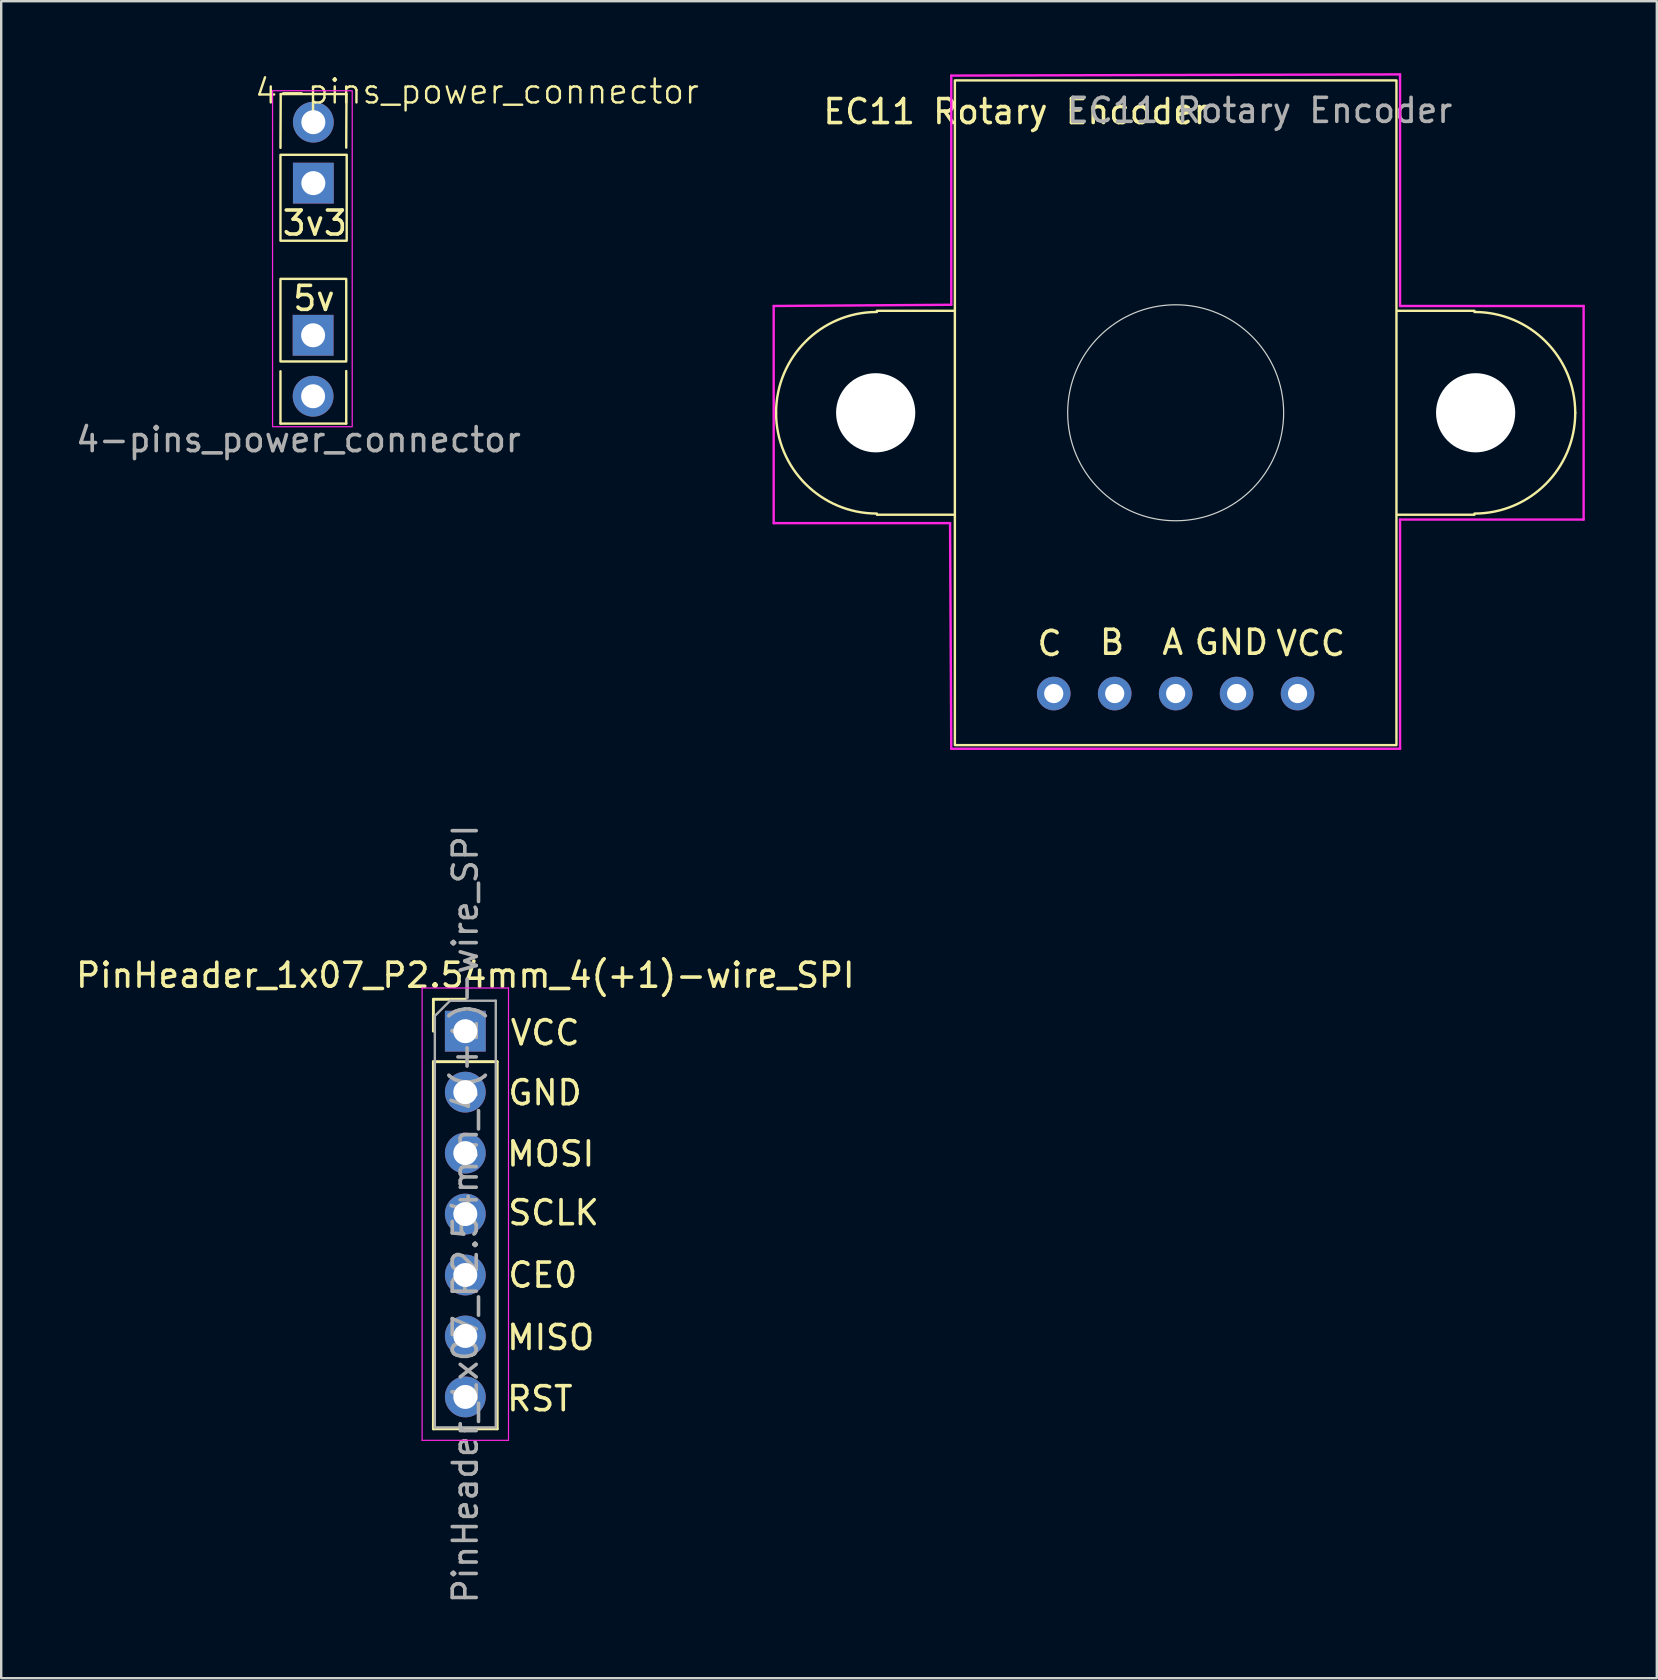
<source format=kicad_pcb>
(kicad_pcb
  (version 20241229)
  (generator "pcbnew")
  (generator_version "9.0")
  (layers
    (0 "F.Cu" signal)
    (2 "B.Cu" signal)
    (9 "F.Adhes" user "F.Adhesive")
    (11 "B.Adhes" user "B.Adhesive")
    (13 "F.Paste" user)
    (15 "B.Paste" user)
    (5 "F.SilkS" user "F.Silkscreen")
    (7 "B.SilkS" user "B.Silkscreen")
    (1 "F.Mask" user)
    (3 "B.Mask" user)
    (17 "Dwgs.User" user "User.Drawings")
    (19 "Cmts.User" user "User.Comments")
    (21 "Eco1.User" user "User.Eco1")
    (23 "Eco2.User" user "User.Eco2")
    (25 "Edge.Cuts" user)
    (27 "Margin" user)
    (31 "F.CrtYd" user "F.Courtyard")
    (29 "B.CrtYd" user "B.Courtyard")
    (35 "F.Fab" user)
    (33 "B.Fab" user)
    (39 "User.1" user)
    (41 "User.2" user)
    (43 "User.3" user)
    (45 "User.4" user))
  (footprint "PinHeader_1x07_P2.54mm_4(+1)-wire_SPI"
    (layer "F.Cu")
    (at 16.339 39.919)
    (property "Reference" "PinHeader_1x07_P2.54mm_4(+1)-wire_SPI" (at 0 -2.33 0) (layer "F.SilkS") (effects (font (size 1 1) (thickness 0.15))))
    (attr through_hole)
    (fp_line (start -1.33 -1.33) (end 0 -1.33) (stroke (width 0.12) (type solid)) (layer "F.SilkS"))
    (fp_line (start -1.33 0) (end -1.33 -1.33) (stroke (width 0.12) (type solid)) (layer "F.SilkS"))
    (fp_line (start -1.33 1.27) (end -1.33 16.57) (stroke (width 0.12) (type solid)) (layer "F.SilkS"))
    (fp_line (start -1.33 1.27) (end 1.33 1.27) (stroke (width 0.12) (type solid)) (layer "F.SilkS"))
    (fp_line (start -1.33 16.57) (end 1.33 16.57) (stroke (width 0.12) (type solid)) (layer "F.SilkS"))
    (fp_line (start 1.33 1.27) (end 1.33 16.57) (stroke (width 0.12) (type solid)) (layer "F.SilkS"))
    (fp_line (start -1.8 -1.8) (end -1.8 17.05) (stroke (width 0.05) (type solid)) (layer "F.CrtYd"))
    (fp_line (start -1.8 17.05) (end 1.8 17.05) (stroke (width 0.05) (type solid)) (layer "F.CrtYd"))
    (fp_line (start 1.8 -1.8) (end -1.8 -1.8) (stroke (width 0.05) (type solid)) (layer "F.CrtYd"))
    (fp_line (start 1.8 17.05) (end 1.8 -1.8) (stroke (width 0.05) (type solid)) (layer "F.CrtYd"))
    (fp_line (start -1.27 -0.635) (end -0.635 -1.27) (stroke (width 0.1) (type solid)) (layer "F.Fab"))
    (fp_line (start -1.27 16.51) (end -1.27 -0.635) (stroke (width 0.1) (type solid)) (layer "F.Fab"))
    (fp_line (start -0.635 -1.27) (end 1.27 -1.27) (stroke (width 0.1) (type solid)) (layer "F.Fab"))
    (fp_line (start 1.27 -1.27) (end 1.27 16.51) (stroke (width 0.1) (type solid)) (layer "F.Fab"))
    (fp_line (start 1.27 16.51) (end -1.27 16.51) (stroke (width 0.1) (type solid)) (layer "F.Fab"))
    (fp_text user "GND" (at 1.7 3.15 0) (unlocked yes) (layer "F.SilkS") (effects (font (size 1 1) (thickness 0.15)) (justify left bottom)))
    (fp_text user "CE0" (at 1.7 10.75 0) (unlocked yes) (layer "F.SilkS") (effects (font (size 1 1) (thickness 0.15)) (justify left bottom)))
    (fp_text user "SCLK" (at 1.7 8.15 0) (unlocked yes) (layer "F.SilkS") (effects (font (size 1 1) (thickness 0.15)) (justify left bottom)))
    (fp_text user "RST" (at 1.65 15.9 0) (unlocked yes) (layer "F.SilkS") (effects (font (size 1 1) (thickness 0.15)) (justify left bottom)))
    (fp_text user "MOSI" (at 1.65 5.7 0) (unlocked yes) (layer "F.SilkS") (effects (font (size 1 1) (thickness 0.15)) (justify left bottom)))
    (fp_text user "VCC" (at 1.8 0.65 0) (unlocked yes) (layer "F.SilkS") (effects (font (size 1 1) (thickness 0.15)) (justify left bottom)))
    (fp_text user "MISO" (at 1.65 13.35 0) (unlocked yes) (layer "F.SilkS") (effects (font (size 1 1) (thickness 0.15)) (justify left bottom)))
    (fp_text user "${REFERENCE}" (at 0 7.62 90) (layer "F.Fab") (effects (font (size 1 1) (thickness 0.15))))
    (pad "CE0" thru_hole oval (at 0 10.16) (size 1.7 1.7) (drill 1) (layers "*.Cu" "*.Mask"))
    (pad "GND" thru_hole oval (at 0 2.54) (size 1.7 1.7) (drill 1) (layers "*.Cu" "*.Mask"))
    (pad "MISO" thru_hole oval (at 0 12.7) (size 1.7 1.7) (drill 1) (layers "*.Cu" "*.Mask"))
    (pad "MOSI" thru_hole oval (at 0 5.08) (size 1.7 1.7) (drill 1) (layers "*.Cu" "*.Mask"))
    (pad "RST" thru_hole oval (at 0 15.24) (size 1.7 1.7) (drill 1) (layers "*.Cu" "*.Mask"))
    (pad "SCLK" thru_hole oval (at 0 7.62) (size 1.7 1.7) (drill 1) (layers "*.Cu" "*.Mask"))
    (pad "VCC" thru_hole rect (at 0 0) (size 1.7 1.7) (drill 1) (layers "*.Cu" "*.Mask")))
  (footprint "4-pins_power_connector"
    (layer "F.Cu")
    (at 10.127 5.941)
    (property "Reference" "4-pins_power_connector" (at 6.7 -5.18 0) (unlocked yes) (layer "F.SilkS") (effects (font (size 1 1) (thickness 0.1))))
    (attr smd)
    (fp_line (start -1.49 6.48) (end -1.49 8.66) (stroke (width 0.1) (type default)) (layer "F.SilkS"))
    (fp_line (start -1.49 8.66) (end 1.25 8.66) (stroke (width 0.1) (type default)) (layer "F.SilkS"))
    (fp_line (start -1.48 -5.07) (end -1.49 -2.83) (stroke (width 0.1) (type default)) (layer "F.SilkS"))
    (fp_line (start 1.25 -2.84) (end 1.26 -5.07) (stroke (width 0.1) (type default)) (layer "F.SilkS"))
    (fp_line (start 1.25 8.66) (end 1.25 6.47) (stroke (width 0.1) (type default)) (layer "F.SilkS"))
    (fp_line (start 1.26 -5.07) (end -1.48 -5.07) (stroke (width 0.1) (type default)) (layer "F.SilkS"))
    (fp_rect (start -1.49 -2.54) (end 1.27 1.04) (stroke (width 0.1) (type default)) (fill no) (layer "F.SilkS"))
    (fp_rect (start -1.49 2.63) (end 1.25 6.07) (stroke (width 0.1) (type default)) (fill no) (layer "F.SilkS"))
    (fp_rect (start -1.82 -5.21) (end 1.5 8.79) (stroke (width 0.05) (type default)) (fill no) (layer "F.CrtYd"))
    (fp_text user "3v3" (at -1.49 0.89 0) (unlocked yes) (layer "F.SilkS") (effects (font (size 1 1) (thickness 0.15)) (justify left bottom)))
    (fp_text user "5v" (at -1.05 4.03 0) (unlocked yes) (layer "F.SilkS") (effects (font (size 1 1) (thickness 0.15)) (justify left bottom)))
    (fp_text user "${REFERENCE}" (at -0.74 9.33 0) (unlocked yes) (layer "F.Fab") (effects (font (size 1 1) (thickness 0.15))))
    (pad "1" thru_hole rect (at -0.12 -1.36 180) (size 1.7 1.7) (drill 1) (layers "*.Cu" "*.Mask"))
    (pad "2" thru_hole oval (at -0.12 -3.9 180) (size 1.7 1.7) (drill 1) (layers "*.Cu" "*.Mask"))
    (pad "3" thru_hole rect (at -0.13 4.98) (size 1.7 1.7) (drill 1) (layers "*.Cu" "*.Mask"))
    (pad "4" thru_hole oval (at -0.13 7.52) (size 1.7 1.7) (drill 1) (layers "*.Cu" "*.Mask")))
  (footprint "EC11 Rotary Encoder"
    (layer "F.Cu")
    (at 45.939 14.15)
    (property "Reference" "EC11 Rotary Encoder" (at -6.65 -12.55 0) (unlocked yes) (layer "F.SilkS") (effects (font (size 1 1) (thickness 0.15))))
    (attr through_hole)
    (fp_line (start -9.25 -4.25) (end -12.45 -4.25) (stroke (width 0.1) (type default)) (layer "F.SilkS"))
    (fp_line (start -9.25 4.25) (end -12.45 4.25) (stroke (width 0.1) (type default)) (layer "F.SilkS"))
    (fp_line (start 9.25 -4.25) (end 12.45 -4.25) (stroke (width 0.1) (type default)) (layer "F.SilkS"))
    (fp_line (start 9.25 4.25) (end 12.45 4.25) (stroke (width 0.1) (type default)) (layer "F.SilkS"))
    (fp_rect (start -9.2 -13.85) (end 9.2 13.85) (stroke (width 0.1) (type default)) (fill no) (layer "F.SilkS"))
    (fp_arc (start -16.65 0) (mid -15.419848 -2.969848) (end -12.45 -4.2) (stroke (width 0.1) (type default)) (layer "F.SilkS"))
    (fp_arc (start -12.45 4.2) (mid -15.419848 2.969848) (end -16.65 0) (stroke (width 0.1) (type default)) (layer "F.SilkS"))
    (fp_arc (start 12.45 -4.2) (mid 15.419848 -2.969848) (end 16.65 0) (stroke (width 0.1) (type default)) (layer "F.SilkS"))
    (fp_arc (start 16.65 0) (mid 15.419848 2.969848) (end 12.45 4.2) (stroke (width 0.1) (type default)) (layer "F.SilkS"))
    (fp_circle (center 0 0) (end 4.5 0.01) (stroke (width 0.05) (type default)) (fill no) (layer "Edge.Cuts"))
    (fp_line (start -16.75 -4.45) (end -16.75 4.6) (stroke (width 0.1) (type default)) (layer "F.CrtYd"))
    (fp_line (start -16.75 4.6) (end -9.4 4.6) (stroke (width 0.1) (type default)) (layer "F.CrtYd"))
    (fp_line (start -9.4 4.6) (end -9.35 14) (stroke (width 0.1) (type default)) (layer "F.CrtYd"))
    (fp_line (start -9.35 -14.05) (end -9.35 -4.5) (stroke (width 0.1) (type default)) (layer "F.CrtYd"))
    (fp_line (start -9.35 -4.5) (end -16.75 -4.45) (stroke (width 0.1) (type default)) (layer "F.CrtYd"))
    (fp_line (start -9.35 14) (end 9.35 14) (stroke (width 0.1) (type default)) (layer "F.CrtYd"))
    (fp_line (start 9.35 -14.1) (end -9.35 -14.05) (stroke (width 0.1) (type default)) (layer "F.CrtYd"))
    (fp_line (start 9.35 -4.45) (end 9.35 -14.1) (stroke (width 0.1) (type default)) (layer "F.CrtYd"))
    (fp_line (start 9.35 4.45) (end 17 4.45) (stroke (width 0.1) (type default)) (layer "F.CrtYd"))
    (fp_line (start 9.35 14) (end 9.35 4.45) (stroke (width 0.1) (type default)) (layer "F.CrtYd"))
    (fp_line (start 17 -4.45) (end 9.35 -4.45) (stroke (width 0.1) (type default)) (layer "F.CrtYd"))
    (fp_line (start 17 4.45) (end 17 -4.45) (stroke (width 0.1) (type default)) (layer "F.CrtYd"))
    (fp_text user "A" (at -0.65 10.15 0) (unlocked yes) (layer "F.SilkS") (effects (font (size 1 1) (thickness 0.15)) (justify left bottom)))
    (fp_text user "B" (at -3.25 10.15 0) (unlocked yes) (layer "F.SilkS") (effects (font (size 1 1) (thickness 0.15)) (justify left bottom)))
    (fp_text user "C" (at -5.85 10.2 0) (unlocked yes) (layer "F.SilkS") (effects (font (size 1 1) (thickness 0.15)) (justify left bottom)))
    (fp_text user "VCC" (at 4.1 10.2 0) (unlocked yes) (layer "F.SilkS") (effects (font (size 1 1) (thickness 0.15)) (justify left bottom)))
    (fp_text user "GND" (at 0.7 10.15 0) (unlocked yes) (layer "F.SilkS") (effects (font (size 1 1) (thickness 0.15)) (justify left bottom)))
    (fp_text user "${REFERENCE}" (at 3.5 -12.6 0) (unlocked yes) (layer "F.Fab") (effects (font (size 1 1) (thickness 0.15))))
    (pad "" np_thru_hole circle (at -12.5 0) (size 3.3 3.3) (drill 3.3) (layers "*.Cu" "*.Mask"))
    (pad "" np_thru_hole circle (at 12.5 0) (size 3.3 3.3) (drill 3.3) (layers "*.Cu" "*.Mask"))
    (pad "A" thru_hole circle (at 0 11.7) (size 1.4 1.4) (drill 0.8) (layers "*.Cu" "*.Mask"))
    (pad "B" thru_hole circle (at -2.54 11.7) (size 1.4 1.4) (drill 0.8) (layers "*.Cu" "*.Mask"))
    (pad "C" thru_hole circle (at -5.08 11.7) (size 1.4 1.4) (drill 0.8) (layers "*.Cu" "*.Mask"))
    (pad "GND" thru_hole circle (at 2.54 11.7) (size 1.4 1.4) (drill 0.8) (layers "*.Cu" "*.Mask"))
    (pad "VCC" thru_hole circle (at 5.08 11.7) (size 1.4 1.4) (drill 0.8) (layers "*.Cu" "*.Mask")))
  (gr_rect
    (start -3 -3)
    (end 65.989 66.879)
    (stroke (width 0.1) (type default))
    (fill no)
    (layer "Edge.Cuts")))
</source>
